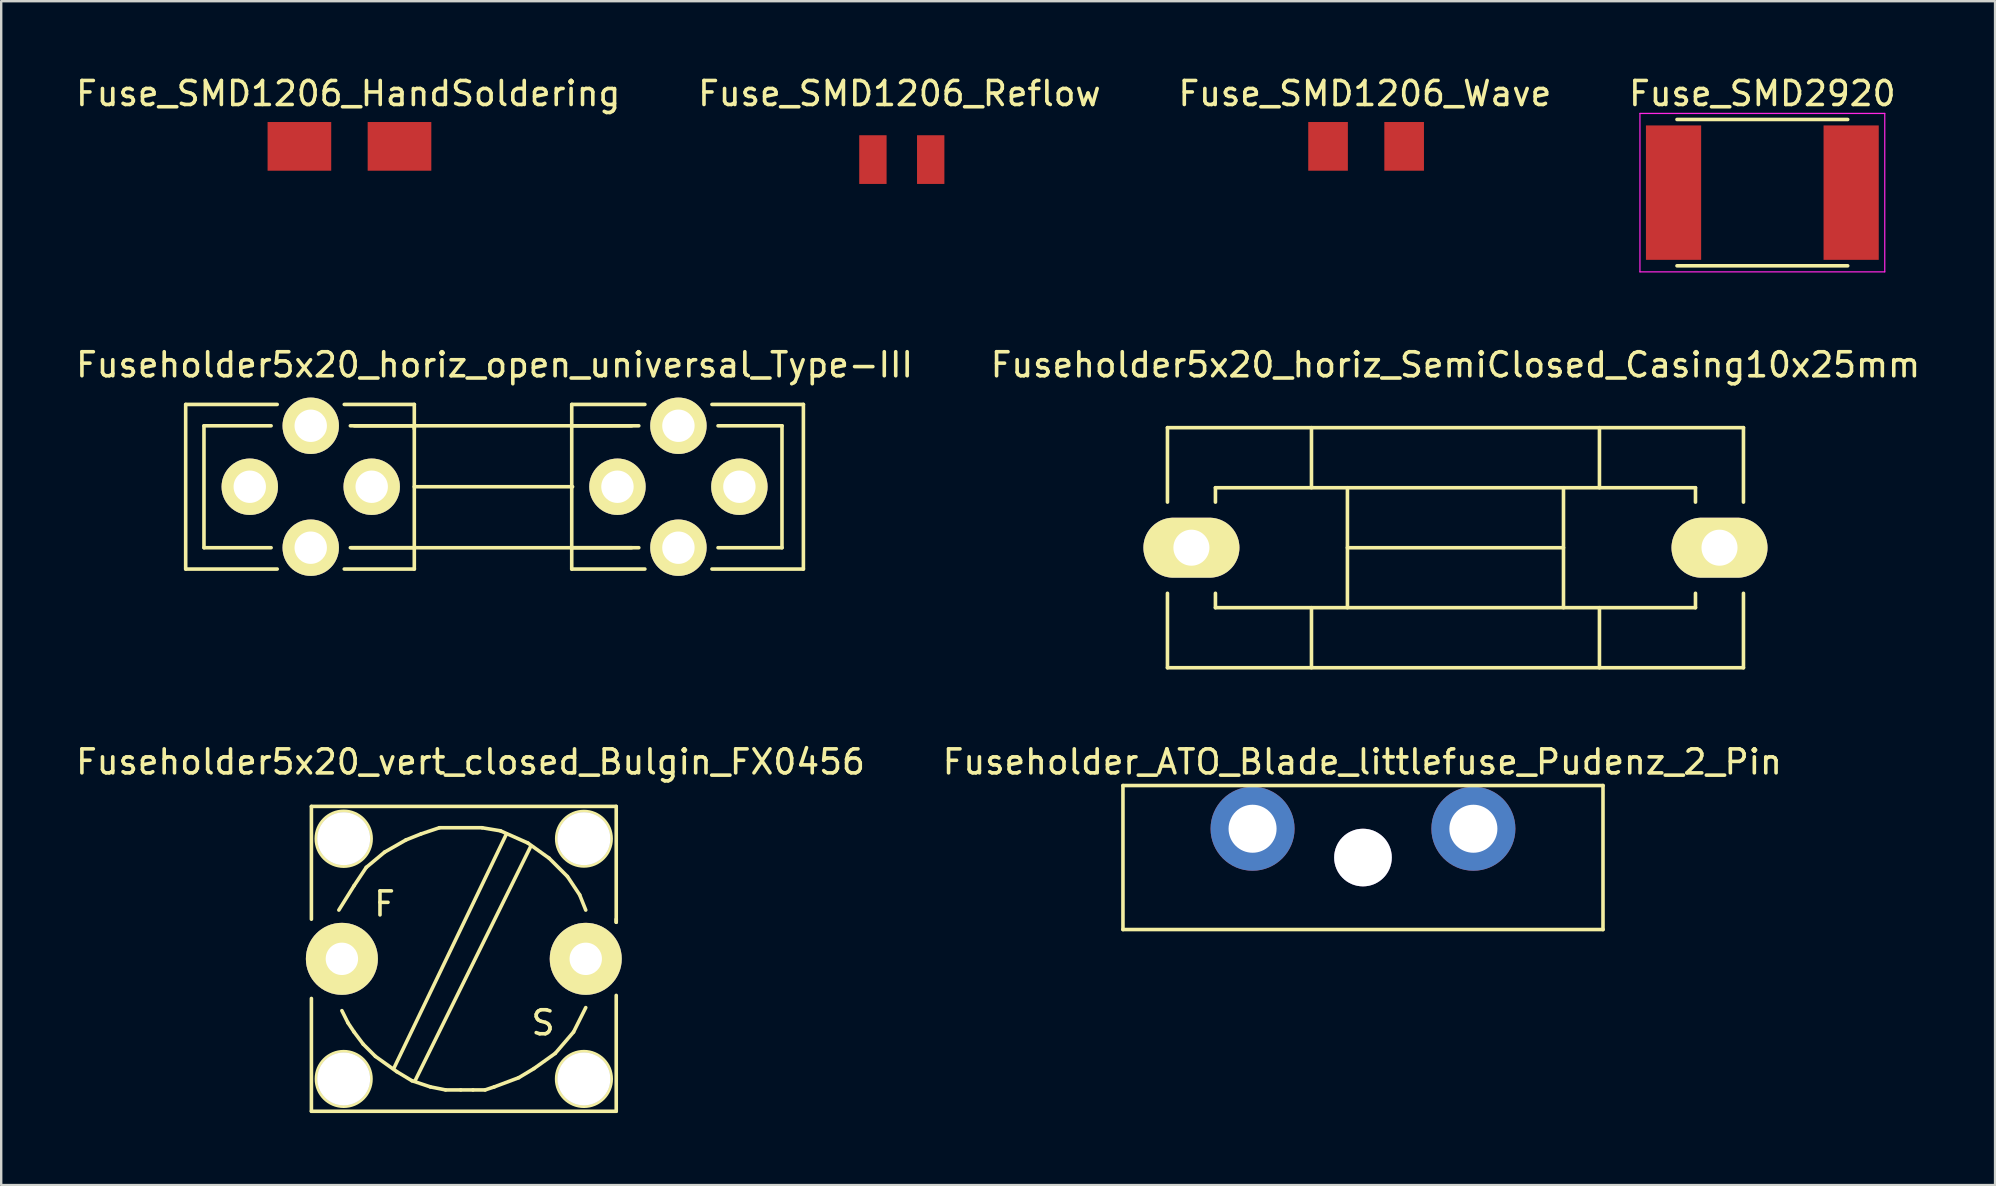
<source format=kicad_pcb>
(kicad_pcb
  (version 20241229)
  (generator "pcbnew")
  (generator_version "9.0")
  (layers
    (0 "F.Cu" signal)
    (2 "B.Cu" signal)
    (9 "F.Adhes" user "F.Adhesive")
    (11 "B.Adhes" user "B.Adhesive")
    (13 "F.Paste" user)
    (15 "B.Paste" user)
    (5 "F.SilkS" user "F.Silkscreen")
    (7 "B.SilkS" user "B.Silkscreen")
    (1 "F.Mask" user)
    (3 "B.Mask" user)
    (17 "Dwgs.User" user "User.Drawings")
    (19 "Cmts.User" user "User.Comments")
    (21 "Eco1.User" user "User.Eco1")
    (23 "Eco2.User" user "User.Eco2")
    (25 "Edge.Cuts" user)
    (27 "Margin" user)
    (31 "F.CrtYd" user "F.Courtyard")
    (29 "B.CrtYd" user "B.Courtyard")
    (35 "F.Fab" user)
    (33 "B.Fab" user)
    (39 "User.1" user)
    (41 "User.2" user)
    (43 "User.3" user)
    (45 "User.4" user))
  (footprint "Fuse_SMD1206_HandSoldering"
    (layer "F.Cu")
    (at 11.509 3.048)
    (property "Reference" "Fuse_SMD1206_HandSoldering" (at -0.051 -2.2 0) (layer "F.SilkS") (effects (font (size 1 1) (thickness 0.15))))
    (attr smd)
    (pad "1" smd rect (at -2.085 0 90) (size 2.029 2.652) (layers "F.Cu" "F.Mask" "F.Paste"))
    (pad "2" smd rect (at 2.085 0 90) (size 2.029 2.652) (layers "F.Cu" "F.Mask" "F.Paste")))
  (footprint "Fuse_SMD2920"
    (layer "F.Cu")
    (at 70.375 4.976)
    (property "Reference" "Fuse_SMD2920" (at 0 -4.128 0) (layer "F.SilkS") (effects (font (size 1 1) (thickness 0.15))))
    (attr smd)
    (fp_line (start -3.556 -3.048) (end 3.556 -3.048) (stroke (width 0.15) (type solid)) (layer "F.SilkS"))
    (fp_line (start -3.556 3.048) (end 3.556 3.048) (stroke (width 0.15) (type solid)) (layer "F.SilkS"))
    (fp_line (start -5.1 -3.3) (end -5.1 3.3) (stroke (width 0.05) (type solid)) (layer "F.CrtYd"))
    (fp_line (start -5.1 -3.3) (end 5.1 -3.3) (stroke (width 0.05) (type solid)) (layer "F.CrtYd"))
    (fp_line (start -5.1 3.3) (end 5.1 3.3) (stroke (width 0.05) (type solid)) (layer "F.CrtYd"))
    (fp_line (start 5.1 -3.3) (end 5.1 3.3) (stroke (width 0.05) (type solid)) (layer "F.CrtYd"))
    (pad "1" smd rect (at -3.7 0 90) (size 5.6 2.3) (layers "F.Cu" "F.Mask" "F.Paste"))
    (pad "2" smd rect (at 3.7 0 90) (size 5.6 2.3) (layers "F.Cu" "F.Mask" "F.Paste")))
  (footprint "Fuse_SMD1206_Wave"
    (layer "F.Cu")
    (at 53.866 3.048)
    (property "Reference" "Fuse_SMD1206_Wave" (at -0.051 -2.2 0) (layer "F.SilkS") (effects (font (size 1 1) (thickness 0.15))))
    (attr smd)
    (pad "1" smd rect (at -1.585 0 90) (size 2.029 1.651) (layers "F.Cu" "F.Mask" "F.Paste"))
    (pad "2" smd rect (at 1.585 0 90) (size 2.029 1.651) (layers "F.Cu" "F.Mask" "F.Paste")))
  (footprint "Fuse_SMD1206_Reflow"
    (layer "F.Cu")
    (at 34.522 3.599)
    (property "Reference" "Fuse_SMD1206_Reflow" (at -0.099 -2.751 0) (layer "F.SilkS") (effects (font (size 1 1) (thickness 0.15))))
    (attr smd)
    (pad "1" smd rect (at -1.204 0 90) (size 2.029 1.14) (layers "F.Cu" "F.Mask" "F.Paste"))
    (pad "2" smd rect (at 1.204 0 90) (size 2.029 1.14) (layers "F.Cu" "F.Mask" "F.Paste")))
  (footprint "Fuseholder5x20_vert_closed_Bulgin_FX0456"
    (layer "F.Cu")
    (at 16.274 36.898)
    (property "Reference" "Fuseholder5x20_vert_closed_Bulgin_FX0456" (at 0.279 -8.204 0) (layer "F.SilkS") (effects (font (size 1 1) (thickness 0.15))))
    (attr through_hole)
    (fp_line (start -6.35 -6.35) (end -6.35 -1.651) (stroke (width 0.15) (type solid)) (layer "F.SilkS"))
    (fp_line (start -6.35 6.35) (end -6.35 1.651) (stroke (width 0.15) (type solid)) (layer "F.SilkS"))
    (fp_line (start -6.35 6.35) (end 6.35 6.35) (stroke (width 0.15) (type solid)) (layer "F.SilkS"))
    (fp_line (start -5.08 2.159) (end -4.826 2.667) (stroke (width 0.15) (type solid)) (layer "F.SilkS"))
    (fp_line (start -4.826 2.667) (end -4.572 3.048) (stroke (width 0.15) (type solid)) (layer "F.SilkS"))
    (fp_line (start -4.572 -3.048) (end -5.207 -2.032) (stroke (width 0.15) (type solid)) (layer "F.SilkS"))
    (fp_line (start -4.572 3.048) (end -4.191 3.556) (stroke (width 0.15) (type solid)) (layer "F.SilkS"))
    (fp_line (start -4.191 3.556) (end -3.683 4.064) (stroke (width 0.15) (type solid)) (layer "F.SilkS"))
    (fp_line (start -4.064 -3.81) (end -4.572 -3.048) (stroke (width 0.15) (type solid)) (layer "F.SilkS"))
    (fp_line (start -3.683 4.064) (end -2.794 4.699) (stroke (width 0.15) (type solid)) (layer "F.SilkS"))
    (fp_line (start -3.302 -4.445) (end -4.064 -3.81) (stroke (width 0.15) (type solid)) (layer "F.SilkS"))
    (fp_line (start -2.794 4.699) (end -2.159 5.08) (stroke (width 0.15) (type solid)) (layer "F.SilkS"))
    (fp_line (start -2.413 -4.953) (end -3.302 -4.445) (stroke (width 0.15) (type solid)) (layer "F.SilkS"))
    (fp_line (start -2.159 5.08) (end -1.397 5.334) (stroke (width 0.15) (type solid)) (layer "F.SilkS"))
    (fp_line (start -1.778 -5.207) (end -2.413 -4.953) (stroke (width 0.15) (type solid)) (layer "F.SilkS"))
    (fp_line (start -1.397 5.334) (end -0.762 5.461) (stroke (width 0.15) (type solid)) (layer "F.SilkS"))
    (fp_line (start -1.016 -5.461) (end -1.778 -5.207) (stroke (width 0.15) (type solid)) (layer "F.SilkS"))
    (fp_line (start -0.762 5.461) (end -0.127 5.461) (stroke (width 0.15) (type solid)) (layer "F.SilkS"))
    (fp_line (start -0.127 5.461) (end 0.381 5.461) (stroke (width 0.15) (type solid)) (layer "F.SilkS"))
    (fp_line (start 0.381 5.461) (end 0.889 5.461) (stroke (width 0.15) (type solid)) (layer "F.SilkS"))
    (fp_line (start 0.762 -5.461) (end -1.016 -5.461) (stroke (width 0.15) (type solid)) (layer "F.SilkS"))
    (fp_line (start 0.889 5.461) (end 1.27 5.334) (stroke (width 0.15) (type solid)) (layer "F.SilkS"))
    (fp_line (start 1.27 5.334) (end 2.286 4.953) (stroke (width 0.15) (type solid)) (layer "F.SilkS"))
    (fp_line (start 1.524 -5.334) (end 0.762 -5.461) (stroke (width 0.15) (type solid)) (layer "F.SilkS"))
    (fp_line (start 1.778 -5.207) (end -2.921 4.572) (stroke (width 0.15) (type solid)) (layer "F.SilkS"))
    (fp_line (start 2.286 4.953) (end 2.921 4.572) (stroke (width 0.15) (type solid)) (layer "F.SilkS"))
    (fp_line (start 2.667 -4.826) (end 1.524 -5.334) (stroke (width 0.15) (type solid)) (layer "F.SilkS"))
    (fp_line (start 2.794 -4.699) (end -2.032 5.08) (stroke (width 0.15) (type solid)) (layer "F.SilkS"))
    (fp_line (start 2.921 4.572) (end 3.81 3.937) (stroke (width 0.15) (type solid)) (layer "F.SilkS"))
    (fp_line (start 3.556 -4.191) (end 2.667 -4.826) (stroke (width 0.15) (type solid)) (layer "F.SilkS"))
    (fp_line (start 3.81 3.937) (end 4.572 3.048) (stroke (width 0.15) (type solid)) (layer "F.SilkS"))
    (fp_line (start 4.318 -3.429) (end 3.556 -4.191) (stroke (width 0.15) (type solid)) (layer "F.SilkS"))
    (fp_line (start 4.572 3.048) (end 5.08 2.032) (stroke (width 0.15) (type solid)) (layer "F.SilkS"))
    (fp_line (start 4.826 -2.667) (end 4.318 -3.429) (stroke (width 0.15) (type solid)) (layer "F.SilkS"))
    (fp_line (start 5.08 -2.032) (end 4.826 -2.667) (stroke (width 0.15) (type solid)) (layer "F.SilkS"))
    (fp_line (start 6.35 -6.35) (end -6.35 -6.35) (stroke (width 0.15) (type solid)) (layer "F.SilkS"))
    (fp_line (start 6.35 -6.35) (end 6.35 -1.524) (stroke (width 0.15) (type solid)) (layer "F.SilkS"))
    (fp_line (start 6.35 -1.524) (end 6.35 -1.651) (stroke (width 0.15) (type solid)) (layer "F.SilkS"))
    (fp_line (start 6.35 6.35) (end 6.35 1.524) (stroke (width 0.15) (type solid)) (layer "F.SilkS"))
    (fp_circle (center -5.004 -5.004) (end -4.597 -3.937) (stroke (width 0.15) (type solid)) (fill no) (layer "F.SilkS"))
    (fp_circle (center -5.004 5.004) (end -4.496 6.02) (stroke (width 0.15) (type solid)) (fill no) (layer "F.SilkS"))
    (fp_circle (center 5.004 -5.004) (end 5.385 -3.937) (stroke (width 0.15) (type solid)) (fill no) (layer "F.SilkS"))
    (fp_circle (center 5.004 5.004) (end 5.563 5.994) (stroke (width 0.15) (type solid)) (fill no) (layer "F.SilkS"))
    (fp_text user "S" (at 3.302 2.667 0) (layer "F.SilkS") (effects (font (size 1 1) (thickness 0.15))))
    (fp_text user "F" (at -3.302 -2.286 0) (layer "F.SilkS") (effects (font (size 1 1) (thickness 0.15))))
    (pad "1" thru_hole circle (at -5.08 0) (size 3 3) (drill 1.349) (layers "*.Cu" "*.Mask" "F.SilkS"))
    (pad "2" thru_hole circle (at 5.08 0) (size 3 3) (drill 1.349) (layers "*.Cu" "*.Mask" "F.SilkS"))
    (pad "3" thru_hole circle (at -5.004 -5.004) (size 2.2 2.2) (drill 2.2) (layers "*.Cu" "F.SilkS" "Dwgs.User"))
    (pad "3" thru_hole circle (at -5.004 5.004) (size 2.2 2.2) (drill 2.2) (layers "*.Cu" "F.SilkS" "Dwgs.User"))
    (pad "3" thru_hole circle (at 5.004 -5.004) (size 2.2 2.2) (drill 2.2) (layers "*.Cu" "F.SilkS" "Dwgs.User"))
    (pad "3" thru_hole circle (at 5.004 5.004) (size 2.2 2.2) (drill 2.2) (layers "*.Cu" "F.SilkS" "Dwgs.User")))
  (footprint "Fuseholder5x20_horiz_SemiClosed_Casing10x25mm"
    (layer "F.Cu")
    (at 57.589 19.769)
    (property "Reference" "Fuseholder5x20_horiz_SemiClosed_Casing10x25mm" (at 0 -7.62 0) (layer "F.SilkS") (effects (font (size 1 1) (thickness 0.15))))
    (attr through_hole)
    (fp_line (start -11.999 -5.001) (end -11.999 -1.9) (stroke (width 0.15) (type solid)) (layer "F.SilkS"))
    (fp_line (start -11.999 1.9) (end -11.999 5.001) (stroke (width 0.15) (type solid)) (layer "F.SilkS"))
    (fp_line (start -11.999 5.001) (end 11.999 5.001) (stroke (width 0.15) (type solid)) (layer "F.SilkS"))
    (fp_line (start -10 -2.499) (end -10 -1.9) (stroke (width 0.15) (type solid)) (layer "F.SilkS"))
    (fp_line (start -10 1.9) (end -10 2.499) (stroke (width 0.15) (type solid)) (layer "F.SilkS"))
    (fp_line (start -10 2.499) (end 10 2.499) (stroke (width 0.15) (type solid)) (layer "F.SilkS"))
    (fp_line (start -5.999 -2.499) (end -5.999 -5.001) (stroke (width 0.15) (type solid)) (layer "F.SilkS"))
    (fp_line (start -5.999 5.001) (end -5.999 2.499) (stroke (width 0.15) (type solid)) (layer "F.SilkS"))
    (fp_line (start -4.501 -2.499) (end -4.501 2.499) (stroke (width 0.15) (type solid)) (layer "F.SilkS"))
    (fp_line (start -4.501 0) (end 4.501 0) (stroke (width 0.15) (type solid)) (layer "F.SilkS"))
    (fp_line (start 4.501 -2.499) (end 4.501 2.499) (stroke (width 0.15) (type solid)) (layer "F.SilkS"))
    (fp_line (start 5.999 -5.001) (end 5.999 -2.499) (stroke (width 0.15) (type solid)) (layer "F.SilkS"))
    (fp_line (start 5.999 5.001) (end 5.999 2.499) (stroke (width 0.15) (type solid)) (layer "F.SilkS"))
    (fp_line (start 10 -2.499) (end -10 -2.499) (stroke (width 0.15) (type solid)) (layer "F.SilkS"))
    (fp_line (start 10 -1.9) (end 10 -2.499) (stroke (width 0.15) (type solid)) (layer "F.SilkS"))
    (fp_line (start 10 2.499) (end 10 1.9) (stroke (width 0.15) (type solid)) (layer "F.SilkS"))
    (fp_line (start 11.999 -5.001) (end -11.999 -5.001) (stroke (width 0.15) (type solid)) (layer "F.SilkS"))
    (fp_line (start 11.999 -1.9) (end 11.999 -5.001) (stroke (width 0.15) (type solid)) (layer "F.SilkS"))
    (fp_line (start 11.999 5.001) (end 11.999 1.9) (stroke (width 0.15) (type solid)) (layer "F.SilkS"))
    (pad "1" thru_hole oval (at -11.001 0 270) (size 2.499 4) (drill 1.501) (layers "*.Cu" "*.Mask" "F.SilkS"))
    (pad "2" thru_hole oval (at 11.001 0 270) (size 2.499 4) (drill 1.501) (layers "*.Cu" "*.Mask" "F.SilkS")))
  (footprint "Fuseholder5x20_horiz_open_universal_Type-III"
    (layer "F.Cu")
    (at 17.554 17.229)
    (property "Reference" "Fuseholder5x20_horiz_open_universal_Type-III" (at 0 -5.08 0) (layer "F.SilkS") (effects (font (size 1 1) (thickness 0.15))))
    (attr through_hole)
    (fp_line (start -12.868 -3.429) (end -12.868 3.429) (stroke (width 0.15) (type solid)) (layer "F.SilkS"))
    (fp_line (start -12.865 -3.429) (end -9.055 -3.429) (stroke (width 0.15) (type solid)) (layer "F.SilkS"))
    (fp_line (start -12.865 3.429) (end -9.055 3.429) (stroke (width 0.15) (type solid)) (layer "F.SilkS"))
    (fp_line (start -12.106 -2.54) (end -12.106 2.54) (stroke (width 0.15) (type solid)) (layer "F.SilkS"))
    (fp_line (start -12.103 -2.54) (end -9.309 -2.54) (stroke (width 0.15) (type solid)) (layer "F.SilkS"))
    (fp_line (start -12.103 2.54) (end -9.309 2.54) (stroke (width 0.15) (type solid)) (layer "F.SilkS"))
    (fp_line (start -5.842 -2.54) (end 5.715 -2.54) (stroke (width 0.15) (type solid)) (layer "F.SilkS"))
    (fp_line (start -3.343 -3.429) (end -3.343 -2.413) (stroke (width 0.15) (type solid)) (layer "F.SilkS"))
    (fp_line (start -3.343 0) (end -3.343 -2.54) (stroke (width 0.15) (type solid)) (layer "F.SilkS"))
    (fp_line (start -3.343 2.54) (end -3.343 0) (stroke (width 0.15) (type solid)) (layer "F.SilkS"))
    (fp_line (start -3.343 3.429) (end -3.343 2.54) (stroke (width 0.15) (type solid)) (layer "F.SilkS"))
    (fp_line (start -3.34 -3.429) (end -6.261 -3.429) (stroke (width 0.15) (type solid)) (layer "F.SilkS"))
    (fp_line (start -3.34 -2.54) (end -6.007 -2.54) (stroke (width 0.15) (type solid)) (layer "F.SilkS"))
    (fp_line (start -3.34 2.54) (end -6.007 2.54) (stroke (width 0.15) (type solid)) (layer "F.SilkS"))
    (fp_line (start -3.34 3.429) (end -6.261 3.429) (stroke (width 0.15) (type solid)) (layer "F.SilkS"))
    (fp_line (start -3.251 0) (end 3.251 0) (stroke (width 0.15) (type solid)) (layer "F.SilkS"))
    (fp_line (start 3.216 -3.429) (end 3.216 -2.54) (stroke (width 0.15) (type solid)) (layer "F.SilkS"))
    (fp_line (start 3.216 -3.429) (end 6.264 -3.429) (stroke (width 0.15) (type solid)) (layer "F.SilkS"))
    (fp_line (start 3.216 -2.54) (end 6.01 -2.54) (stroke (width 0.15) (type solid)) (layer "F.SilkS"))
    (fp_line (start 3.216 0) (end 3.216 -2.54) (stroke (width 0.15) (type solid)) (layer "F.SilkS"))
    (fp_line (start 3.216 2.54) (end 3.216 0) (stroke (width 0.15) (type solid)) (layer "F.SilkS"))
    (fp_line (start 3.216 2.54) (end 6.01 2.54) (stroke (width 0.15) (type solid)) (layer "F.SilkS"))
    (fp_line (start 3.216 3.429) (end 3.216 2.54) (stroke (width 0.15) (type solid)) (layer "F.SilkS"))
    (fp_line (start 3.216 3.429) (end 6.264 3.429) (stroke (width 0.15) (type solid)) (layer "F.SilkS"))
    (fp_line (start 5.715 2.54) (end -5.969 2.54) (stroke (width 0.15) (type solid)) (layer "F.SilkS"))
    (fp_line (start 11.976 -2.54) (end 11.976 2.54) (stroke (width 0.15) (type solid)) (layer "F.SilkS"))
    (fp_line (start 11.979 -2.54) (end 9.312 -2.54) (stroke (width 0.15) (type solid)) (layer "F.SilkS"))
    (fp_line (start 11.979 2.54) (end 9.312 2.54) (stroke (width 0.15) (type solid)) (layer "F.SilkS"))
    (fp_line (start 12.868 -3.429) (end 9.058 -3.429) (stroke (width 0.15) (type solid)) (layer "F.SilkS"))
    (fp_line (start 12.868 -3.429) (end 12.868 3.429) (stroke (width 0.15) (type solid)) (layer "F.SilkS"))
    (fp_line (start 12.868 3.429) (end 9.058 3.429) (stroke (width 0.15) (type solid)) (layer "F.SilkS"))
    (pad "1" thru_hole circle (at -10.198 0) (size 2.349 2.349) (drill 1.349) (layers "*.Cu" "*.Mask" "F.SilkS"))
    (pad "1" thru_hole circle (at -7.658 -2.54) (size 2.349 2.349) (drill 1.349) (layers "*.Cu" "*.Mask" "F.SilkS"))
    (pad "1" thru_hole circle (at -7.658 2.54) (size 2.349 2.349) (drill 1.349) (layers "*.Cu" "*.Mask" "F.SilkS"))
    (pad "1" thru_hole circle (at -5.118 0) (size 2.349 2.349) (drill 1.349) (layers "*.Cu" "*.Mask" "F.SilkS"))
    (pad "2" thru_hole circle (at 5.121 0) (size 2.349 2.349) (drill 1.349) (layers "*.Cu" "*.Mask" "F.SilkS"))
    (pad "2" thru_hole circle (at 7.661 -2.54) (size 2.349 2.349) (drill 1.349) (layers "*.Cu" "*.Mask" "F.SilkS"))
    (pad "2" thru_hole circle (at 7.661 2.54) (size 2.349 2.349) (drill 1.349) (layers "*.Cu" "*.Mask" "F.SilkS"))
    (pad "2" thru_hole circle (at 10.201 0) (size 2.349 2.349) (drill 1.349) (layers "*.Cu" "*.Mask" "F.SilkS")))
  (footprint "Fuseholder_ATO_Blade_littlefuse_Pudenz_2_Pin"
    (layer "F.Cu")
    (at 49.136 31.478)
    (property "Reference" "Fuseholder_ATO_Blade_littlefuse_Pudenz_2_Pin" (at 4.572 -2.784 0) (layer "F.SilkS") (effects (font (size 1 1) (thickness 0.15))))
    (attr through_hole)
    (fp_line (start -5.4 -1.8) (end 14.6 -1.8) (stroke (width 0.15) (type solid)) (layer "F.SilkS"))
    (fp_line (start -5.4 4.2) (end -5.4 -1.8) (stroke (width 0.15) (type solid)) (layer "F.SilkS"))
    (fp_line (start 14.6 -1.8) (end 14.6 4.2) (stroke (width 0.15) (type solid)) (layer "F.SilkS"))
    (fp_line (start 14.6 4.2) (end -5.4 4.2) (stroke (width 0.15) (type solid)) (layer "F.SilkS"))
    (pad "" thru_hole circle (at 4.6 1.2) (size 2.4 2.4) (drill 2.4) (layers "*.Cu" "*.Mask"))
    (pad "1" thru_hole circle (at 0 0) (size 3.5 3.5) (drill 2) (layers "*.Cu" "*.Mask"))
    (pad "2" thru_hole circle (at 9.2 0) (size 3.5 3.5) (drill 2) (layers "*.Cu" "*.Mask")))
  (gr_rect
    (start -3 -3)
    (end 80.071 46.323)
    (stroke (width 0.1) (type default))
    (fill no)
    (layer "Edge.Cuts")))
</source>
